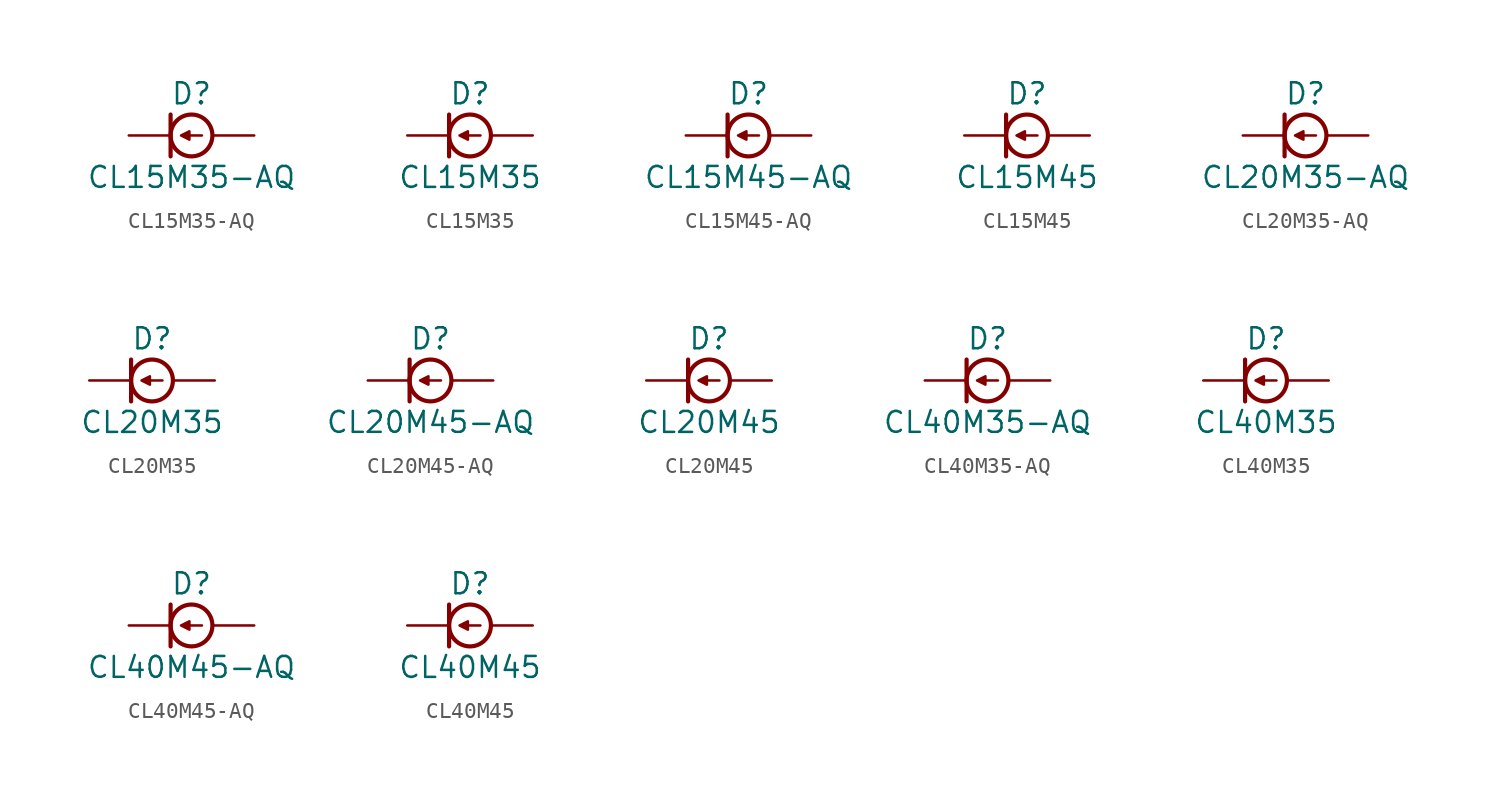
<source format=kicad_sym>
(kicad_symbol_lib
  (version 20241209)
  (generator "kicad_symbol_editor")
  (generator_version "9.0")
  (symbol "CL15M35-AQ"
    (pin_numbers
      (hide yes))
    (pin_names
      (offset 1.016)
      (hide yes))
    (property "Reference" "D"
      (at 0 2.54 0)
      (effects (font (size 1.27 1.27))))
    (property "Value" "CL15M35-AQ"
      (at 0 -2.54 0)
      (effects (font (size 1.27 1.27))))
    (symbol "CL15M35-AQ_0_1"
      (polyline (pts (xy -1.27 1.27) (xy -1.27 -1.27)) (stroke (width 0.254) (type default)) (fill (type none))))
    (symbol "CL15M35-AQ_1_1"
      (polyline (pts (xy -0.127 0.254) (xy -0.635 0) (xy -0.127 -0.254) (xy -0.127 0.254)) (stroke (width 0) (type default)) (fill (type outline)))
      (polyline (pts (xy -0.127 0) (xy 0.635 0)) (stroke (width 0) (type default)) (fill (type none)))
      (circle (center 0 0) (radius 1.27) (stroke (width 0.254) (type default)) (fill (type none)))
      (pin passive line (at -3.81 0 0) (length 2.54) (name "K" (effects (font (size 1.27 1.27)))) (number "1" (effects (font (size 1.27 1.27)))))
      (pin passive line (at 3.81 0 180) (length 2.54) (name "A" (effects (font (size 1.27 1.27)))) (number "2" (effects (font (size 1.27 1.27)))))))
  (symbol "CL15M35"
    (pin_numbers
      (hide yes))
    (pin_names
      (offset 1.016)
      (hide yes))
    (property "Reference" "D"
      (at 0 2.54 0)
      (effects (font (size 1.27 1.27))))
    (property "Value" "CL15M35"
      (at 0 -2.54 0)
      (effects (font (size 1.27 1.27))))
    (symbol "CL15M35_0_1"
      (polyline (pts (xy -1.27 1.27) (xy -1.27 -1.27)) (stroke (width 0.254) (type default)) (fill (type none))))
    (symbol "CL15M35_1_1"
      (polyline (pts (xy -0.127 0.254) (xy -0.635 0) (xy -0.127 -0.254) (xy -0.127 0.254)) (stroke (width 0) (type default)) (fill (type outline)))
      (polyline (pts (xy -0.127 0) (xy 0.635 0)) (stroke (width 0) (type default)) (fill (type none)))
      (circle (center 0 0) (radius 1.27) (stroke (width 0.254) (type default)) (fill (type none)))
      (pin passive line (at -3.81 0 0) (length 2.54) (name "K" (effects (font (size 1.27 1.27)))) (number "1" (effects (font (size 1.27 1.27)))))
      (pin passive line (at 3.81 0 180) (length 2.54) (name "A" (effects (font (size 1.27 1.27)))) (number "2" (effects (font (size 1.27 1.27)))))))
  (symbol "CL15M45-AQ"
    (pin_numbers
      (hide yes))
    (pin_names
      (offset 1.016)
      (hide yes))
    (property "Reference" "D"
      (at 0 2.54 0)
      (effects (font (size 1.27 1.27))))
    (property "Value" "CL15M45-AQ"
      (at 0 -2.54 0)
      (effects (font (size 1.27 1.27))))
    (symbol "CL15M45-AQ_0_1"
      (polyline (pts (xy -1.27 1.27) (xy -1.27 -1.27)) (stroke (width 0.254) (type default)) (fill (type none))))
    (symbol "CL15M45-AQ_1_1"
      (polyline (pts (xy -0.127 0.254) (xy -0.635 0) (xy -0.127 -0.254) (xy -0.127 0.254)) (stroke (width 0) (type default)) (fill (type outline)))
      (polyline (pts (xy -0.127 0) (xy 0.635 0)) (stroke (width 0) (type default)) (fill (type none)))
      (circle (center 0 0) (radius 1.27) (stroke (width 0.254) (type default)) (fill (type none)))
      (pin passive line (at -3.81 0 0) (length 2.54) (name "K" (effects (font (size 1.27 1.27)))) (number "1" (effects (font (size 1.27 1.27)))))
      (pin passive line (at 3.81 0 180) (length 2.54) (name "A" (effects (font (size 1.27 1.27)))) (number "2" (effects (font (size 1.27 1.27)))))))
  (symbol "CL15M45"
    (pin_numbers
      (hide yes))
    (pin_names
      (offset 1.016)
      (hide yes))
    (property "Reference" "D"
      (at 0 2.54 0)
      (effects (font (size 1.27 1.27))))
    (property "Value" "CL15M45"
      (at 0 -2.54 0)
      (effects (font (size 1.27 1.27))))
    (symbol "CL15M45_0_1"
      (polyline (pts (xy -1.27 1.27) (xy -1.27 -1.27)) (stroke (width 0.254) (type default)) (fill (type none))))
    (symbol "CL15M45_1_1"
      (polyline (pts (xy -0.127 0.254) (xy -0.635 0) (xy -0.127 -0.254) (xy -0.127 0.254)) (stroke (width 0) (type default)) (fill (type outline)))
      (polyline (pts (xy -0.127 0) (xy 0.635 0)) (stroke (width 0) (type default)) (fill (type none)))
      (circle (center 0 0) (radius 1.27) (stroke (width 0.254) (type default)) (fill (type none)))
      (pin passive line (at -3.81 0 0) (length 2.54) (name "K" (effects (font (size 1.27 1.27)))) (number "1" (effects (font (size 1.27 1.27)))))
      (pin passive line (at 3.81 0 180) (length 2.54) (name "A" (effects (font (size 1.27 1.27)))) (number "2" (effects (font (size 1.27 1.27)))))))
  (symbol "CL20M35-AQ"
    (pin_numbers
      (hide yes))
    (pin_names
      (offset 1.016)
      (hide yes))
    (property "Reference" "D"
      (at 0 2.54 0)
      (effects (font (size 1.27 1.27))))
    (property "Value" "CL20M35-AQ"
      (at 0 -2.54 0)
      (effects (font (size 1.27 1.27))))
    (symbol "CL20M35-AQ_0_1"
      (polyline (pts (xy -1.27 1.27) (xy -1.27 -1.27)) (stroke (width 0.254) (type default)) (fill (type none))))
    (symbol "CL20M35-AQ_1_1"
      (polyline (pts (xy -0.127 0.254) (xy -0.635 0) (xy -0.127 -0.254) (xy -0.127 0.254)) (stroke (width 0) (type default)) (fill (type outline)))
      (polyline (pts (xy -0.127 0) (xy 0.635 0)) (stroke (width 0) (type default)) (fill (type none)))
      (circle (center 0 0) (radius 1.27) (stroke (width 0.254) (type default)) (fill (type none)))
      (pin passive line (at -3.81 0 0) (length 2.54) (name "K" (effects (font (size 1.27 1.27)))) (number "1" (effects (font (size 1.27 1.27)))))
      (pin passive line (at 3.81 0 180) (length 2.54) (name "A" (effects (font (size 1.27 1.27)))) (number "2" (effects (font (size 1.27 1.27)))))))
  (symbol "CL20M35"
    (pin_numbers
      (hide yes))
    (pin_names
      (offset 1.016)
      (hide yes))
    (property "Reference" "D"
      (at 0 2.54 0)
      (effects (font (size 1.27 1.27))))
    (property "Value" "CL20M35"
      (at 0 -2.54 0)
      (effects (font (size 1.27 1.27))))
    (symbol "CL20M35_0_1"
      (polyline (pts (xy -1.27 1.27) (xy -1.27 -1.27)) (stroke (width 0.254) (type default)) (fill (type none))))
    (symbol "CL20M35_1_1"
      (polyline (pts (xy -0.127 0.254) (xy -0.635 0) (xy -0.127 -0.254) (xy -0.127 0.254)) (stroke (width 0) (type default)) (fill (type outline)))
      (polyline (pts (xy -0.127 0) (xy 0.635 0)) (stroke (width 0) (type default)) (fill (type none)))
      (circle (center 0 0) (radius 1.27) (stroke (width 0.254) (type default)) (fill (type none)))
      (pin passive line (at -3.81 0 0) (length 2.54) (name "K" (effects (font (size 1.27 1.27)))) (number "1" (effects (font (size 1.27 1.27)))))
      (pin passive line (at 3.81 0 180) (length 2.54) (name "A" (effects (font (size 1.27 1.27)))) (number "2" (effects (font (size 1.27 1.27)))))))
  (symbol "CL20M45-AQ"
    (pin_numbers
      (hide yes))
    (pin_names
      (offset 1.016)
      (hide yes))
    (property "Reference" "D"
      (at 0 2.54 0)
      (effects (font (size 1.27 1.27))))
    (property "Value" "CL20M45-AQ"
      (at 0 -2.54 0)
      (effects (font (size 1.27 1.27))))
    (symbol "CL20M45-AQ_0_1"
      (polyline (pts (xy -1.27 1.27) (xy -1.27 -1.27)) (stroke (width 0.254) (type default)) (fill (type none))))
    (symbol "CL20M45-AQ_1_1"
      (polyline (pts (xy -0.127 0.254) (xy -0.635 0) (xy -0.127 -0.254) (xy -0.127 0.254)) (stroke (width 0) (type default)) (fill (type outline)))
      (polyline (pts (xy -0.127 0) (xy 0.635 0)) (stroke (width 0) (type default)) (fill (type none)))
      (circle (center 0 0) (radius 1.27) (stroke (width 0.254) (type default)) (fill (type none)))
      (pin passive line (at -3.81 0 0) (length 2.54) (name "K" (effects (font (size 1.27 1.27)))) (number "1" (effects (font (size 1.27 1.27)))))
      (pin passive line (at 3.81 0 180) (length 2.54) (name "A" (effects (font (size 1.27 1.27)))) (number "2" (effects (font (size 1.27 1.27)))))))
  (symbol "CL20M45"
    (pin_numbers
      (hide yes))
    (pin_names
      (offset 1.016)
      (hide yes))
    (property "Reference" "D"
      (at 0 2.54 0)
      (effects (font (size 1.27 1.27))))
    (property "Value" "CL20M45"
      (at 0 -2.54 0)
      (effects (font (size 1.27 1.27))))
    (symbol "CL20M45_0_1"
      (polyline (pts (xy -1.27 1.27) (xy -1.27 -1.27)) (stroke (width 0.254) (type default)) (fill (type none))))
    (symbol "CL20M45_1_1"
      (polyline (pts (xy -0.127 0.254) (xy -0.635 0) (xy -0.127 -0.254) (xy -0.127 0.254)) (stroke (width 0) (type default)) (fill (type outline)))
      (polyline (pts (xy -0.127 0) (xy 0.635 0)) (stroke (width 0) (type default)) (fill (type none)))
      (circle (center 0 0) (radius 1.27) (stroke (width 0.254) (type default)) (fill (type none)))
      (pin passive line (at -3.81 0 0) (length 2.54) (name "K" (effects (font (size 1.27 1.27)))) (number "1" (effects (font (size 1.27 1.27)))))
      (pin passive line (at 3.81 0 180) (length 2.54) (name "A" (effects (font (size 1.27 1.27)))) (number "2" (effects (font (size 1.27 1.27)))))))
  (symbol "CL40M35-AQ"
    (pin_numbers
      (hide yes))
    (pin_names
      (offset 1.016)
      (hide yes))
    (property "Reference" "D"
      (at 0 2.54 0)
      (effects (font (size 1.27 1.27))))
    (property "Value" "CL40M35-AQ"
      (at 0 -2.54 0)
      (effects (font (size 1.27 1.27))))
    (symbol "CL40M35-AQ_0_1"
      (polyline (pts (xy -1.27 1.27) (xy -1.27 -1.27)) (stroke (width 0.254) (type default)) (fill (type none))))
    (symbol "CL40M35-AQ_1_1"
      (polyline (pts (xy -0.127 0.254) (xy -0.635 0) (xy -0.127 -0.254) (xy -0.127 0.254)) (stroke (width 0) (type default)) (fill (type outline)))
      (polyline (pts (xy -0.127 0) (xy 0.635 0)) (stroke (width 0) (type default)) (fill (type none)))
      (circle (center 0 0) (radius 1.27) (stroke (width 0.254) (type default)) (fill (type none)))
      (pin passive line (at -3.81 0 0) (length 2.54) (name "K" (effects (font (size 1.27 1.27)))) (number "1" (effects (font (size 1.27 1.27)))))
      (pin passive line (at 3.81 0 180) (length 2.54) (name "A" (effects (font (size 1.27 1.27)))) (number "2" (effects (font (size 1.27 1.27)))))))
  (symbol "CL40M35"
    (pin_numbers
      (hide yes))
    (pin_names
      (offset 1.016)
      (hide yes))
    (property "Reference" "D"
      (at 0 2.54 0)
      (effects (font (size 1.27 1.27))))
    (property "Value" "CL40M35"
      (at 0 -2.54 0)
      (effects (font (size 1.27 1.27))))
    (symbol "CL40M35_0_1"
      (polyline (pts (xy -1.27 1.27) (xy -1.27 -1.27)) (stroke (width 0.254) (type default)) (fill (type none))))
    (symbol "CL40M35_1_1"
      (polyline (pts (xy -0.127 0.254) (xy -0.635 0) (xy -0.127 -0.254) (xy -0.127 0.254)) (stroke (width 0) (type default)) (fill (type outline)))
      (polyline (pts (xy -0.127 0) (xy 0.635 0)) (stroke (width 0) (type default)) (fill (type none)))
      (circle (center 0 0) (radius 1.27) (stroke (width 0.254) (type default)) (fill (type none)))
      (pin passive line (at -3.81 0 0) (length 2.54) (name "K" (effects (font (size 1.27 1.27)))) (number "1" (effects (font (size 1.27 1.27)))))
      (pin passive line (at 3.81 0 180) (length 2.54) (name "A" (effects (font (size 1.27 1.27)))) (number "2" (effects (font (size 1.27 1.27)))))))
  (symbol "CL40M45-AQ"
    (pin_numbers
      (hide yes))
    (pin_names
      (offset 1.016)
      (hide yes))
    (property "Reference" "D"
      (at 0 2.54 0)
      (effects (font (size 1.27 1.27))))
    (property "Value" "CL40M45-AQ"
      (at 0 -2.54 0)
      (effects (font (size 1.27 1.27))))
    (symbol "CL40M45-AQ_0_1"
      (polyline (pts (xy -1.27 1.27) (xy -1.27 -1.27)) (stroke (width 0.254) (type default)) (fill (type none))))
    (symbol "CL40M45-AQ_1_1"
      (polyline (pts (xy -0.127 0.254) (xy -0.635 0) (xy -0.127 -0.254) (xy -0.127 0.254)) (stroke (width 0) (type default)) (fill (type outline)))
      (polyline (pts (xy -0.127 0) (xy 0.635 0)) (stroke (width 0) (type default)) (fill (type none)))
      (circle (center 0 0) (radius 1.27) (stroke (width 0.254) (type default)) (fill (type none)))
      (pin passive line (at -3.81 0 0) (length 2.54) (name "K" (effects (font (size 1.27 1.27)))) (number "1" (effects (font (size 1.27 1.27)))))
      (pin passive line (at 3.81 0 180) (length 2.54) (name "A" (effects (font (size 1.27 1.27)))) (number "2" (effects (font (size 1.27 1.27)))))))
  (symbol "CL40M45"
    (pin_numbers
      (hide yes))
    (pin_names
      (offset 1.016)
      (hide yes))
    (property "Reference" "D"
      (at 0 2.54 0)
      (effects (font (size 1.27 1.27))))
    (property "Value" "CL40M45"
      (at 0 -2.54 0)
      (effects (font (size 1.27 1.27))))
    (symbol "CL40M45_0_1"
      (polyline (pts (xy -1.27 1.27) (xy -1.27 -1.27)) (stroke (width 0.254) (type default)) (fill (type none))))
    (symbol "CL40M45_1_1"
      (polyline (pts (xy -0.127 0.254) (xy -0.635 0) (xy -0.127 -0.254) (xy -0.127 0.254)) (stroke (width 0) (type default)) (fill (type outline)))
      (polyline (pts (xy -0.127 0) (xy 0.635 0)) (stroke (width 0) (type default)) (fill (type none)))
      (circle (center 0 0) (radius 1.27) (stroke (width 0.254) (type default)) (fill (type none)))
      (pin passive line (at -3.81 0 0) (length 2.54) (name "K" (effects (font (size 1.27 1.27)))) (number "1" (effects (font (size 1.27 1.27)))))
      (pin passive line (at 3.81 0 180) (length 2.54) (name "A" (effects (font (size 1.27 1.27)))) (number "2" (effects (font (size 1.27 1.27))))))))
</source>
